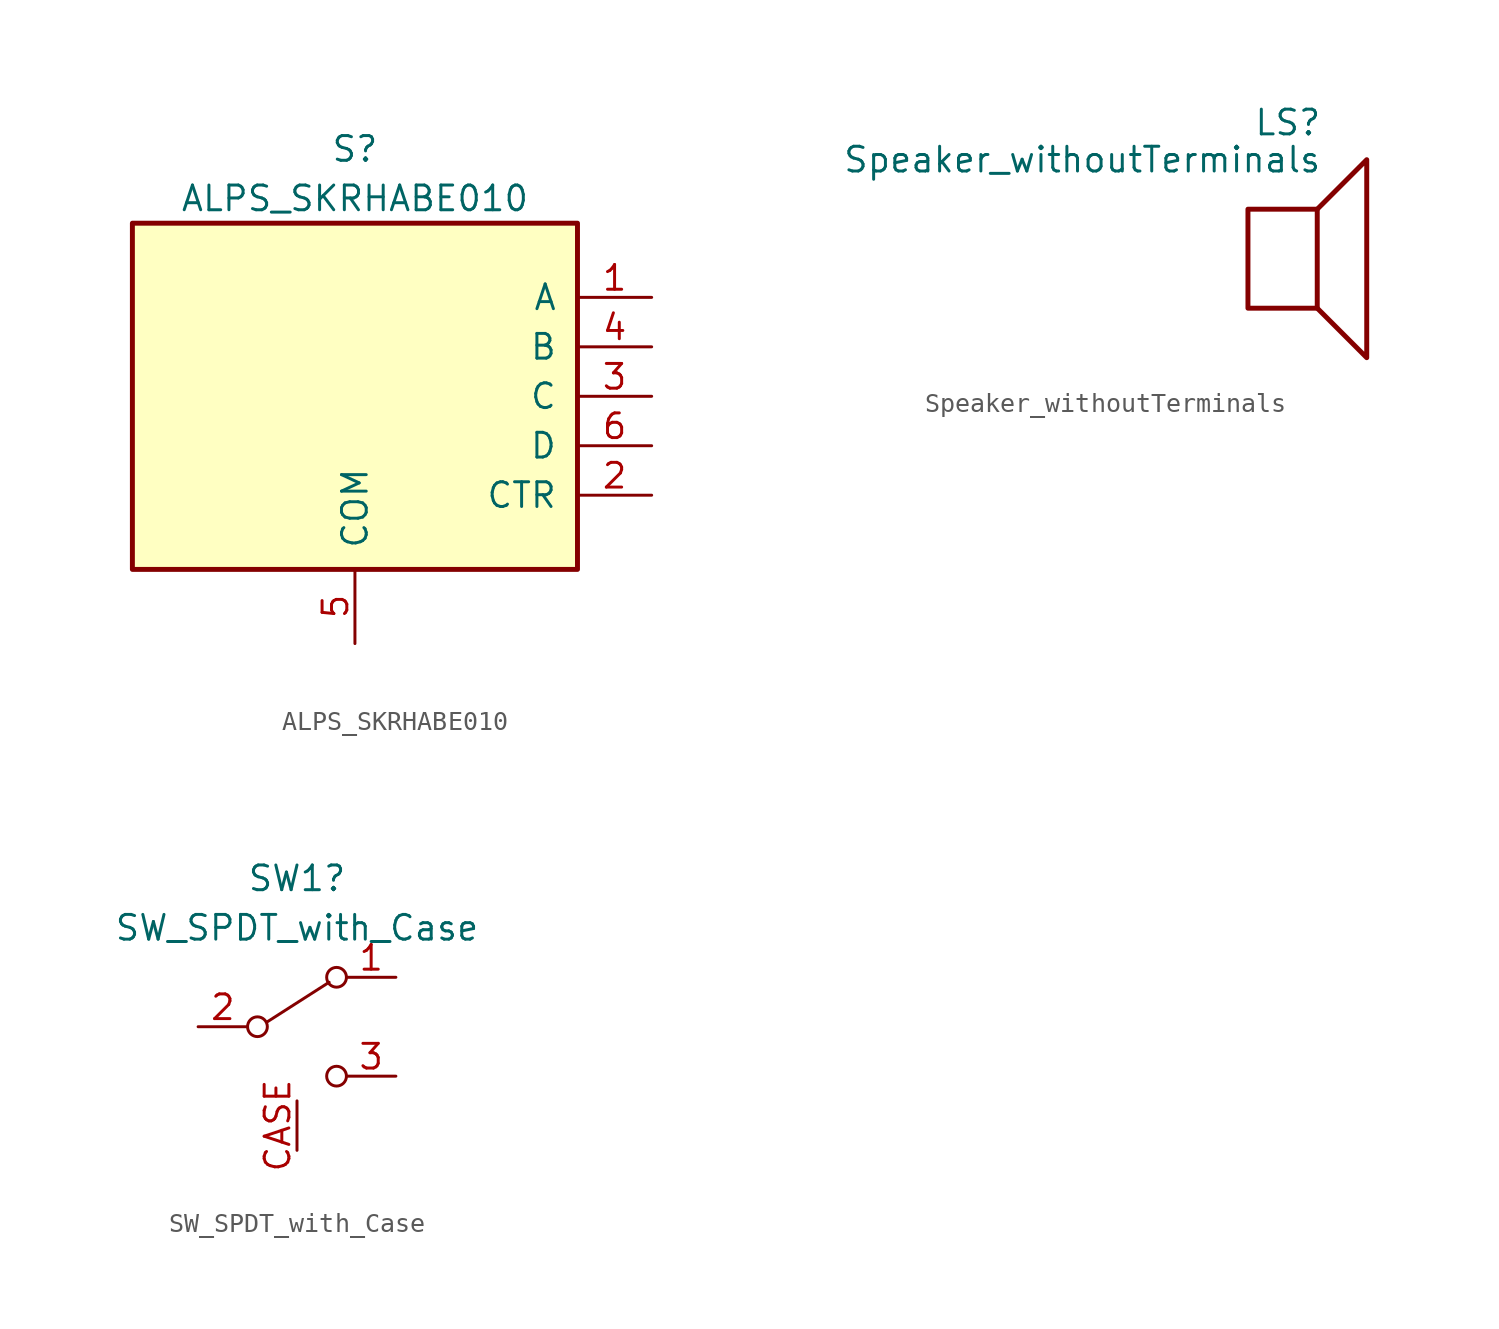
<source format=kicad_sym>
(kicad_symbol_lib
  (version 20241209)
  (generator "kicad_symbol_editor")
  (generator_version "9.0")
  (symbol "ALPS_SKRHABE010"
    (pin_names
      (offset 1.016))
    (property "Reference" "S"
      (at 0 12.7 0)
      (effects (font (size 1.27 1.27))))
    (property "Value" "ALPS_SKRHABE010"
      (at 0 10.16 0)
      (effects (font (size 1.27 1.27))))
    (symbol "ALPS_SKRHABE010_1_0"
      (rectangle (start -11.43 -8.89) (end 11.43 8.89) (stroke (width 0.254) (type default)) (fill (type background))))
    (symbol "ALPS_SKRHABE010_1_1"
      (pin power_in line (at 0 -12.7 90) (length 3.81) (name "COM" (effects (font (size 1.27 1.27)))) (number "5" (effects (font (size 1.27 1.27)))))
      (pin passive line (at 15.24 5.08 180) (length 3.81) (name "A" (effects (font (size 1.27 1.27)))) (number "1" (effects (font (size 1.27 1.27)))))
      (pin passive line (at 15.24 2.54 180) (length 3.81) (name "B" (effects (font (size 1.27 1.27)))) (number "4" (effects (font (size 1.27 1.27)))))
      (pin passive line (at 15.24 0 180) (length 3.81) (name "C" (effects (font (size 1.27 1.27)))) (number "3" (effects (font (size 1.27 1.27)))))
      (pin passive line (at 15.24 -2.54 180) (length 3.81) (name "D" (effects (font (size 1.27 1.27)))) (number "6" (effects (font (size 1.27 1.27)))))
      (pin passive line (at 15.24 -5.08 180) (length 3.81) (name "CTR" (effects (font (size 1.27 1.27)))) (number "2" (effects (font (size 1.27 1.27)))))))
  (symbol "Speaker_withoutTerminals"
    (pin_names
      (offset 0)
      (hide yes))
    (property "Reference" "LS"
      (at 1.27 5.715 0)
      (effects (font (size 1.27 1.27)) (justify right)))
    (property "Value" "Speaker_withoutTerminals"
      (at 1.27 3.81 0)
      (effects (font (size 1.27 1.27)) (justify right)))
    (symbol "Speaker_withoutTerminals_0_0"
      (rectangle (start -2.54 1.27) (end 1.016 -3.81) (stroke (width 0.254) (type default)) (fill (type none)))
      (polyline (pts (xy 1.016 1.27) (xy 3.556 3.81) (xy 3.556 -6.35) (xy 1.016 -3.81)) (stroke (width 0.254) (type default)) (fill (type none)))))
  (symbol "SW_SPDT_with_Case"
    (pin_names
      (offset 0)
      (hide yes))
    (property "Reference" "SW1"
      (at 0 7.62 0)
      (effects (font (size 1.27 1.27))))
    (property "Value" "SW_SPDT_with_Case"
      (at 0 5.08 0)
      (effects (font (size 1.27 1.27))))
    (symbol "SW_SPDT_with_Case_0_0"
      (circle (center -2.032 0) (radius 0.508) (stroke (width 0) (type default)) (fill (type none)))
      (circle (center 2.032 -2.54) (radius 0.508) (stroke (width 0) (type default)) (fill (type none))))
    (symbol "SW_SPDT_with_Case_0_1"
      (polyline (pts (xy -1.524 0.254) (xy 1.651 2.286)) (stroke (width 0) (type default)) (fill (type none)))
      (circle (center 2.032 2.54) (radius 0.508) (stroke (width 0) (type default)) (fill (type none))))
    (symbol "SW_SPDT_with_Case_1_1"
      (pin passive line (at -5.08 0 0) (length 2.54) (name "B" (effects (font (size 1.27 1.27)))) (number "2" (effects (font (size 1.27 1.27)))))
      (pin passive line (at 0 -6.35 90) (length 2.54) (name "CASE" (effects (font (size 1.27 1.27)))) (number "CASE" (effects (font (size 1.27 1.27)))))
      (pin passive line (at 5.08 2.54 180) (length 2.54) (name "A" (effects (font (size 1.27 1.27)))) (number "1" (effects (font (size 1.27 1.27)))))
      (pin passive line (at 5.08 -2.54 180) (length 2.54) (name "C" (effects (font (size 1.27 1.27)))) (number "3" (effects (font (size 1.27 1.27))))))))
</source>
